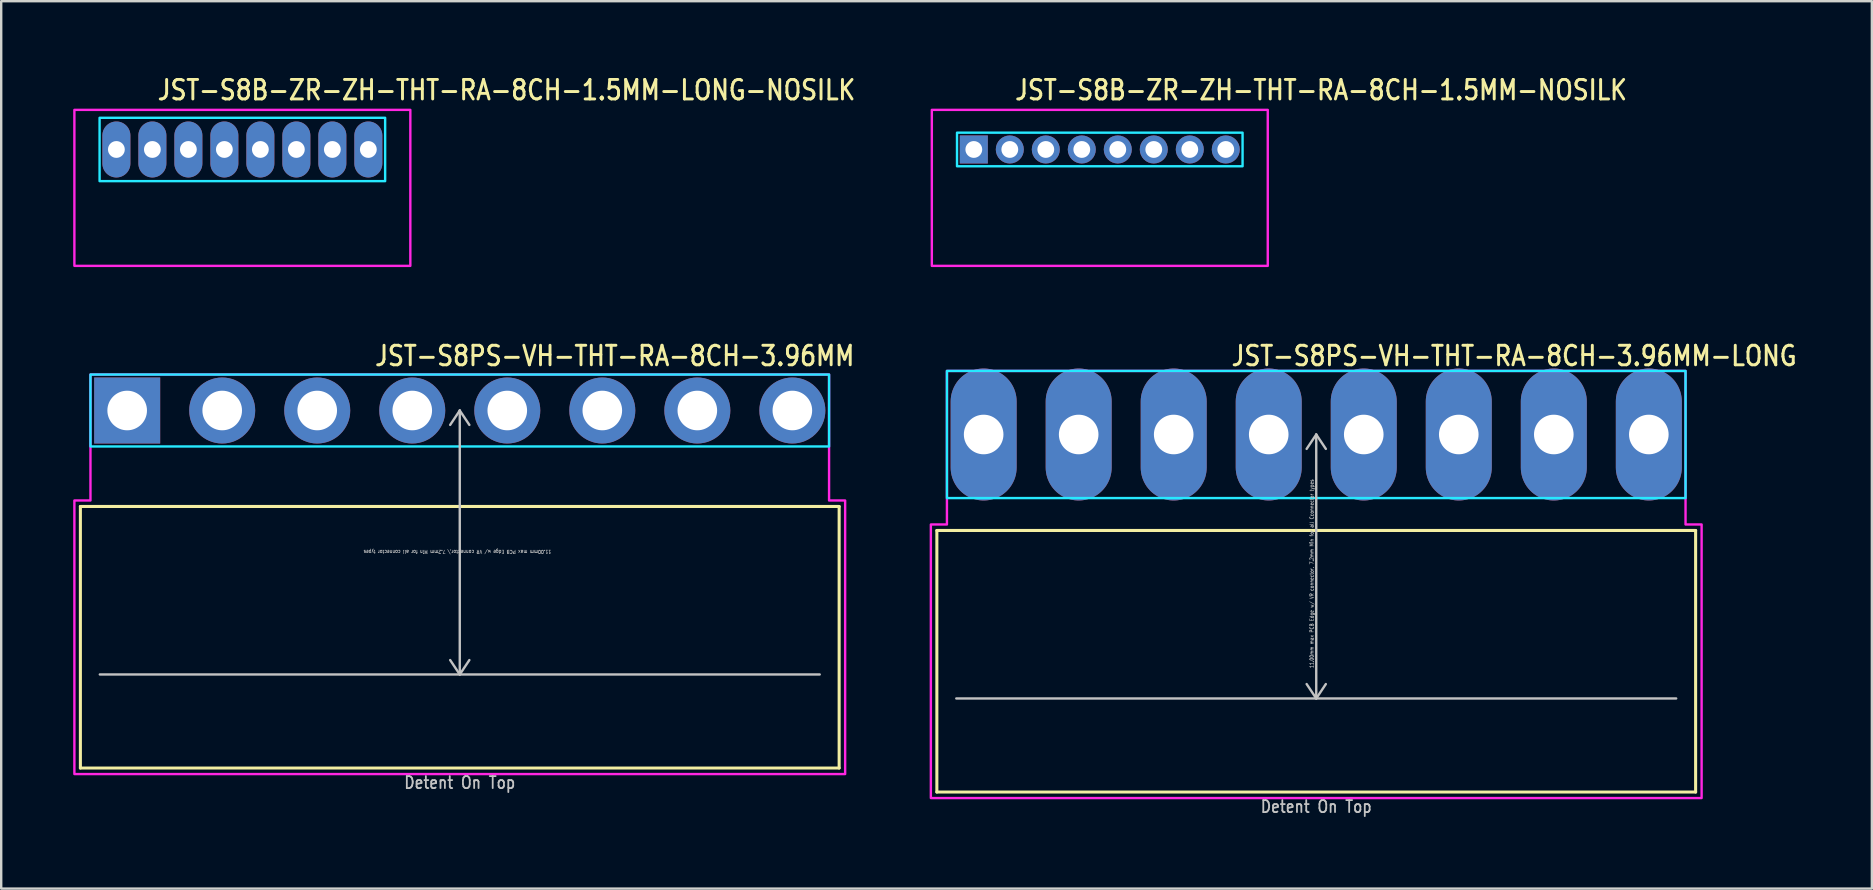
<source format=kicad_pcb>
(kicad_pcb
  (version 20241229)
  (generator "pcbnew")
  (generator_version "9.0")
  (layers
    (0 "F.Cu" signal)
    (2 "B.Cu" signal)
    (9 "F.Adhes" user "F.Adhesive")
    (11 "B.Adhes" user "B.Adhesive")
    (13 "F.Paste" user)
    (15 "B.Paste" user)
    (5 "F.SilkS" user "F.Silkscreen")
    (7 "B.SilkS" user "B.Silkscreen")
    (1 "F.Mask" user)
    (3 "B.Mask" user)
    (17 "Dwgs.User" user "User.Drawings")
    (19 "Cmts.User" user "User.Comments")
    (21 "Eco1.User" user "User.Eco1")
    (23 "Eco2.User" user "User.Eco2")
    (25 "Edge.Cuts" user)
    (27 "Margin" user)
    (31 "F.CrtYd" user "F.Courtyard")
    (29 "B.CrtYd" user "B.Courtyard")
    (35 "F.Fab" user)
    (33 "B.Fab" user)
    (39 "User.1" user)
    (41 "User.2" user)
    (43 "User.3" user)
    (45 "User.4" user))
  (footprint "JST-S8B-ZR-ZH-THT-RA-8CH-1.5MM-LONG-NOSILK"
    (layer "F.Cu")
    (at 7.05 3.179)
    (property "Reference" "JST-S8B-ZR-ZH-THT-RA-8CH-1.5MM-LONG-NOSILK" (at -3.6 -2 0) (unlocked yes) (layer "F.SilkS") (effects (font (size 0.813 0.695) (thickness 0.122)) (justify left bottom)))
    (fp_poly (pts (xy -5.95 -1.32) (xy -5.95 1.32) (xy 5.95 1.32) (xy 5.95 -1.32)) (stroke (width 0.1) (type solid)) (fill no) (layer "B.CrtYd"))
    (fp_poly (pts (xy -7 -1.65) (xy -7 4.85) (xy 7 4.85) (xy 7 -1.65)) (stroke (width 0.1) (type solid)) (fill no) (layer "F.CrtYd"))
    (pad "P$1" thru_hole oval (at -5.25 0 90) (size 2.333 1.167) (drill 0.7) (layers "*.Cu" "*.Mask"))
    (pad "P$2" thru_hole oval (at -3.75 0 90) (size 2.333 1.167) (drill 0.7) (layers "*.Cu" "*.Mask"))
    (pad "P$3" thru_hole oval (at -2.25 0 90) (size 2.333 1.167) (drill 0.7) (layers "*.Cu" "*.Mask"))
    (pad "P$4" thru_hole oval (at -0.75 0 90) (size 2.333 1.167) (drill 0.7) (layers "*.Cu" "*.Mask"))
    (pad "P$5" thru_hole oval (at 0.75 0 90) (size 2.333 1.167) (drill 0.7) (layers "*.Cu" "*.Mask"))
    (pad "P$6" thru_hole oval (at 2.25 0 90) (size 2.333 1.167) (drill 0.7) (layers "*.Cu" "*.Mask"))
    (pad "P$7" thru_hole oval (at 3.75 0 90) (size 2.333 1.167) (drill 0.7) (layers "*.Cu" "*.Mask"))
    (pad "P$8" thru_hole oval (at 5.25 0 90) (size 2.333 1.167) (drill 0.7) (layers "*.Cu" "*.Mask")))
  (footprint "JST-S8PS-VH-THT-RA-8CH-3.96MM"
    (layer "F.Cu")
    (at 16.11 14.057)
    (property "Reference" "JST-S8PS-VH-THT-RA-8CH-3.96MM" (at -3.6 -1.8 0) (unlocked yes) (layer "F.SilkS") (effects (font (size 0.813 0.695) (thickness 0.122)) (justify left bottom)))
    (fp_line (start -15.81 4) (end 15.81 4) (stroke (width 0.127) (type solid)) (layer "F.SilkS"))
    (fp_line (start -15.81 14.9) (end -15.81 4) (stroke (width 0.127) (type solid)) (layer "F.SilkS"))
    (fp_line (start -15.81 14.9) (end 15.81 14.9) (stroke (width 0.127) (type solid)) (layer "F.SilkS"))
    (fp_line (start 15.81 4) (end 15.81 14.9) (stroke (width 0.127) (type solid)) (layer "F.SilkS"))
    (fp_line (start -15 11) (end 15 11) (stroke (width 0.1) (type solid)) (layer "Dwgs.User"))
    (fp_line (start 0 0) (end -0.4 0.6) (stroke (width 0.1) (type solid)) (layer "Dwgs.User"))
    (fp_line (start 0 0) (end 0 11) (stroke (width 0.1) (type solid)) (layer "Dwgs.User"))
    (fp_line (start 0 0) (end 0.4 0.6) (stroke (width 0.1) (type solid)) (layer "Dwgs.User"))
    (fp_line (start 0 11) (end -0.4 10.4) (stroke (width 0.1) (type solid)) (layer "Dwgs.User"))
    (fp_line (start 0 11) (end 0.4 10.4) (stroke (width 0.1) (type solid)) (layer "Dwgs.User"))
    (fp_poly (pts (xy -15.39 -1.5) (xy -15.39 1.5) (xy 15.39 1.5) (xy 15.39 -1.5)) (stroke (width 0.1) (type solid)) (fill no) (layer "B.CrtYd"))
    (fp_poly (pts (xy -16.06 3.75) (xy -16.06 15.15) (xy 16.06 15.15) (xy 16.06 3.75) (xy 15.39 3.75) (xy 15.39 -1.5) (xy -15.39 -1.5) (xy -15.39 3.75)) (stroke (width 0.1) (type solid)) (fill no) (layer "F.CrtYd"))
    (fp_text user "11.00mm max PCB Edge w/ VR connector,\\ 7.2mm Min for all connector types" (at -0.1 5.8 180) (unlocked yes) (layer "Dwgs.User") (effects (font (size 0.15 0.128) (thickness 0.022)) (justify bottom)))
    (fp_text user "Detent On Top" (at 0 15.8 0) (unlocked yes) (layer "Dwgs.User") (effects (font (size 0.5 0.427) (thickness 0.075)) (justify bottom)))
    (pad "1" thru_hole rect (at -13.86 0) (size 2.75 2.75) (drill 1.65) (layers "*.Cu" "*.Mask"))
    (pad "2" thru_hole oval (at -9.9 0) (size 2.75 2.75) (drill 1.65) (layers "*.Cu" "*.Mask"))
    (pad "3" thru_hole oval (at -5.94 0) (size 2.75 2.75) (drill 1.65) (layers "*.Cu" "*.Mask"))
    (pad "4" thru_hole oval (at -1.98 0) (size 2.75 2.75) (drill 1.65) (layers "*.Cu" "*.Mask"))
    (pad "5" thru_hole oval (at 1.98 0) (size 2.75 2.75) (drill 1.65) (layers "*.Cu" "*.Mask"))
    (pad "6" thru_hole oval (at 5.94 0) (size 2.75 2.75) (drill 1.65) (layers "*.Cu" "*.Mask"))
    (pad "7" thru_hole oval (at 9.9 0) (size 2.75 2.75) (drill 1.65) (layers "*.Cu" "*.Mask"))
    (pad "8" thru_hole oval (at 13.86 0) (size 2.75 2.75) (drill 1.65) (layers "*.Cu" "*.Mask")))
  (footprint "JST-S8B-ZR-ZH-THT-RA-8CH-1.5MM-NOSILK"
    (layer "F.Cu")
    (at 42.782 3.179)
    (property "Reference" "JST-S8B-ZR-ZH-THT-RA-8CH-1.5MM-NOSILK" (at -3.6 -2 0) (unlocked yes) (layer "F.SilkS") (effects (font (size 0.813 0.695) (thickness 0.122)) (justify left bottom)))
    (fp_poly (pts (xy -5.95 -0.7) (xy -5.95 0.7) (xy 5.95 0.7) (xy 5.95 -0.7)) (stroke (width 0.1) (type solid)) (fill no) (layer "B.CrtYd"))
    (fp_poly (pts (xy -7 -1.65) (xy -7 4.85) (xy 7 4.85) (xy 7 -1.65)) (stroke (width 0.1) (type solid)) (fill no) (layer "F.CrtYd"))
    (pad "1" thru_hole rect (at -5.25 0) (size 1.167 1.167) (drill 0.7) (layers "*.Cu" "*.Mask"))
    (pad "2" thru_hole oval (at -3.75 0) (size 1.167 1.167) (drill 0.7) (layers "*.Cu" "*.Mask"))
    (pad "3" thru_hole oval (at -2.25 0) (size 1.167 1.167) (drill 0.7) (layers "*.Cu" "*.Mask"))
    (pad "4" thru_hole oval (at -0.75 0) (size 1.167 1.167) (drill 0.7) (layers "*.Cu" "*.Mask"))
    (pad "5" thru_hole oval (at 0.75 0) (size 1.167 1.167) (drill 0.7) (layers "*.Cu" "*.Mask"))
    (pad "6" thru_hole oval (at 2.25 0) (size 1.167 1.167) (drill 0.7) (layers "*.Cu" "*.Mask"))
    (pad "7" thru_hole oval (at 3.75 0) (size 1.167 1.167) (drill 0.7) (layers "*.Cu" "*.Mask"))
    (pad "8" thru_hole oval (at 5.25 0) (size 1.167 1.167) (drill 0.7) (layers "*.Cu" "*.Mask")))
  (footprint "JST-S8PS-VH-THT-RA-8CH-3.96MM-LONG"
    (layer "F.Cu")
    (at 51.802 15.057)
    (property "Reference" "JST-S8PS-VH-THT-RA-8CH-3.96MM-LONG" (at -3.6 -2.8 0) (unlocked yes) (layer "F.SilkS") (effects (font (size 0.813 0.695) (thickness 0.122)) (justify left bottom)))
    (fp_line (start -15.81 4) (end 15.81 4) (stroke (width 0.127) (type solid)) (layer "F.SilkS"))
    (fp_line (start -15.81 14.9) (end -15.81 4) (stroke (width 0.127) (type solid)) (layer "F.SilkS"))
    (fp_line (start -15.81 14.9) (end 15.81 14.9) (stroke (width 0.127) (type solid)) (layer "F.SilkS"))
    (fp_line (start 15.81 4) (end 15.81 14.9) (stroke (width 0.127) (type solid)) (layer "F.SilkS"))
    (fp_line (start -15 11) (end 15 11) (stroke (width 0.1) (type solid)) (layer "Dwgs.User"))
    (fp_line (start 0 0) (end -0.4 0.6) (stroke (width 0.1) (type solid)) (layer "Dwgs.User"))
    (fp_line (start 0 0) (end 0 11) (stroke (width 0.1) (type solid)) (layer "Dwgs.User"))
    (fp_line (start 0 0) (end 0.4 0.6) (stroke (width 0.1) (type solid)) (layer "Dwgs.User"))
    (fp_line (start 0 11) (end -0.4 10.4) (stroke (width 0.1) (type solid)) (layer "Dwgs.User"))
    (fp_line (start 0 11) (end 0.4 10.4) (stroke (width 0.1) (type solid)) (layer "Dwgs.User"))
    (fp_poly (pts (xy -15.39 -2.65) (xy -15.39 2.65) (xy 15.39 2.65) (xy 15.39 -2.65)) (stroke (width 0.1) (type solid)) (fill no) (layer "B.CrtYd"))
    (fp_poly (pts (xy -16.06 3.75) (xy -16.06 15.15) (xy 16.06 15.15) (xy 16.06 3.75) (xy 15.39 3.75) (xy 15.39 -2.65) (xy -15.39 -2.65) (xy -15.39 3.75)) (stroke (width 0.1) (type solid)) (fill no) (layer "F.CrtYd"))
    (fp_text user "Detent On Top" (at 0 15.8 0) (unlocked yes) (layer "Dwgs.User") (effects (font (size 0.5 0.427) (thickness 0.075)) (justify bottom)))
    (fp_text user "11.00mm max PCB Edge w/ VR connector, 7.2mm Min for all Cconnector types" (at -0.1 5.8 90) (unlocked yes) (layer "Dwgs.User") (effects (font (size 0.15 0.128) (thickness 0.022)) (justify bottom)))
    (pad "P$1" thru_hole oval (at -13.86 0 90) (size 5.5 2.75) (drill 1.65) (layers "*.Cu" "*.Mask"))
    (pad "P$2" thru_hole oval (at -9.9 0 90) (size 5.5 2.75) (drill 1.65) (layers "*.Cu" "*.Mask"))
    (pad "P$3" thru_hole oval (at -5.94 0 90) (size 5.5 2.75) (drill 1.65) (layers "*.Cu" "*.Mask"))
    (pad "P$4" thru_hole oval (at -1.98 0 90) (size 5.5 2.75) (drill 1.65) (layers "*.Cu" "*.Mask"))
    (pad "P$5" thru_hole oval (at 1.98 0 90) (size 5.5 2.75) (drill 1.65) (layers "*.Cu" "*.Mask"))
    (pad "P$6" thru_hole oval (at 5.94 0 90) (size 5.5 2.75) (drill 1.65) (layers "*.Cu" "*.Mask"))
    (pad "P$7" thru_hole oval (at 9.9 0 90) (size 5.5 2.75) (drill 1.65) (layers "*.Cu" "*.Mask"))
    (pad "P$8" thru_hole oval (at 13.86 0 90) (size 5.5 2.75) (drill 1.65) (layers "*.Cu" "*.Mask")))
  (gr_rect
    (start -3 -3)
    (end 74.957 33.98)
    (stroke (width 0.1) (type default))
    (fill no)
    (layer "Edge.Cuts")))
</source>
